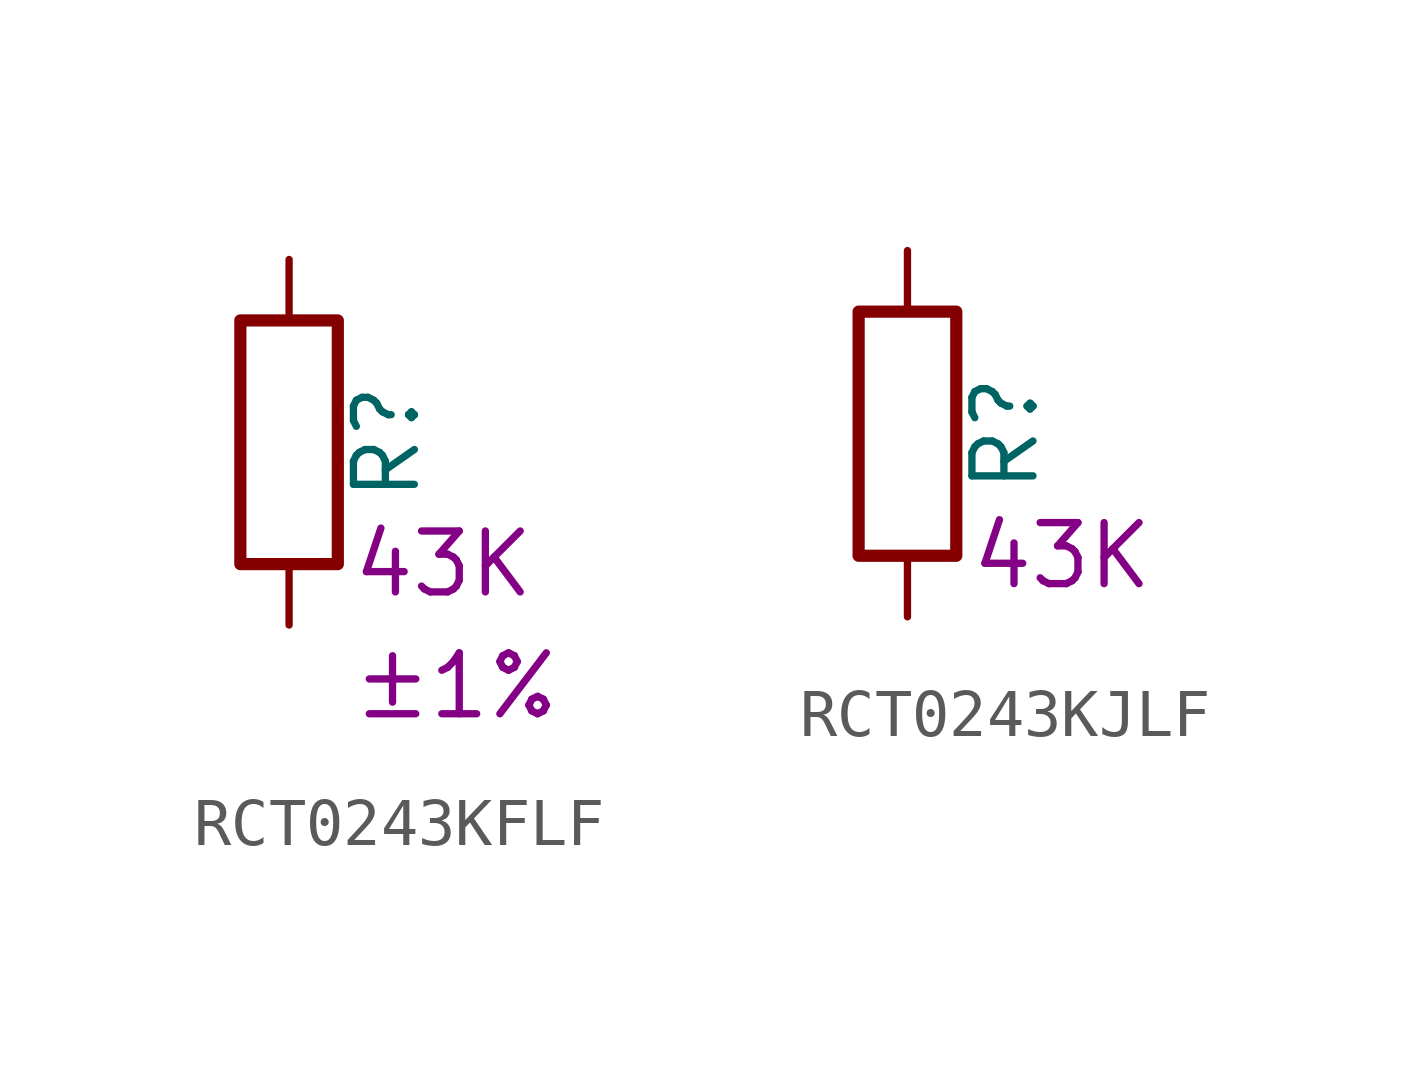
<source format=kicad_sym>
(kicad_symbol_lib
  (version 20220914)
  (generator kicad_symbol_editor)
  (symbol "RCT0243KFLF"
    (pin_numbers hide)
    (pin_names
      (offset 0))
    (property "Reference" "R"
      (at 2.032 0 90)
      (effects (font (size 1.27 1.27))))
    (property "Resistance" "43K"
      (at 1.27 -2.54 0)
      (effects (font (size 1.27 1.27)) (justify left)))
    (property "Tolerance" "±1%"
      (at 1.27 -5.08 0)
      (effects (font (size 1.27 1.27)) (justify left)))
    (symbol "RCT0243KFLF_0_1"
      (rectangle (start -1.016 -2.54) (end 1.016 2.54) (stroke (width 0.254) (type default)) (fill (type none))))
    (symbol "RCT0243KFLF_1_1"
      (pin passive line (at 0 3.81 270) (length 1.27) (name "~" (effects (font (size 1.27 1.27)))) (number "1" (effects (font (size 1.27 1.27)))))
      (pin passive line (at 0 -3.81 90) (length 1.27) (name "~" (effects (font (size 1.27 1.27)))) (number "2" (effects (font (size 1.27 1.27)))))))
  (symbol "RCT0243KJLF"
    (pin_numbers hide)
    (pin_names
      (offset 0))
    (property "Reference" "R"
      (at 2.032 0 90)
      (effects (font (size 1.27 1.27))))
    (property "Resistance" "43K"
      (at 1.27 -2.54 0)
      (effects (font (size 1.27 1.27)) (justify left)))
    (symbol "RCT0243KJLF_0_1"
      (rectangle (start -1.016 -2.54) (end 1.016 2.54) (stroke (width 0.254) (type default)) (fill (type none))))
    (symbol "RCT0243KJLF_1_1"
      (pin passive line (at 0 3.81 270) (length 1.27) (name "~" (effects (font (size 1.27 1.27)))) (number "1" (effects (font (size 1.27 1.27)))))
      (pin passive line (at 0 -3.81 90) (length 1.27) (name "~" (effects (font (size 1.27 1.27)))) (number "2" (effects (font (size 1.27 1.27))))))))
</source>
